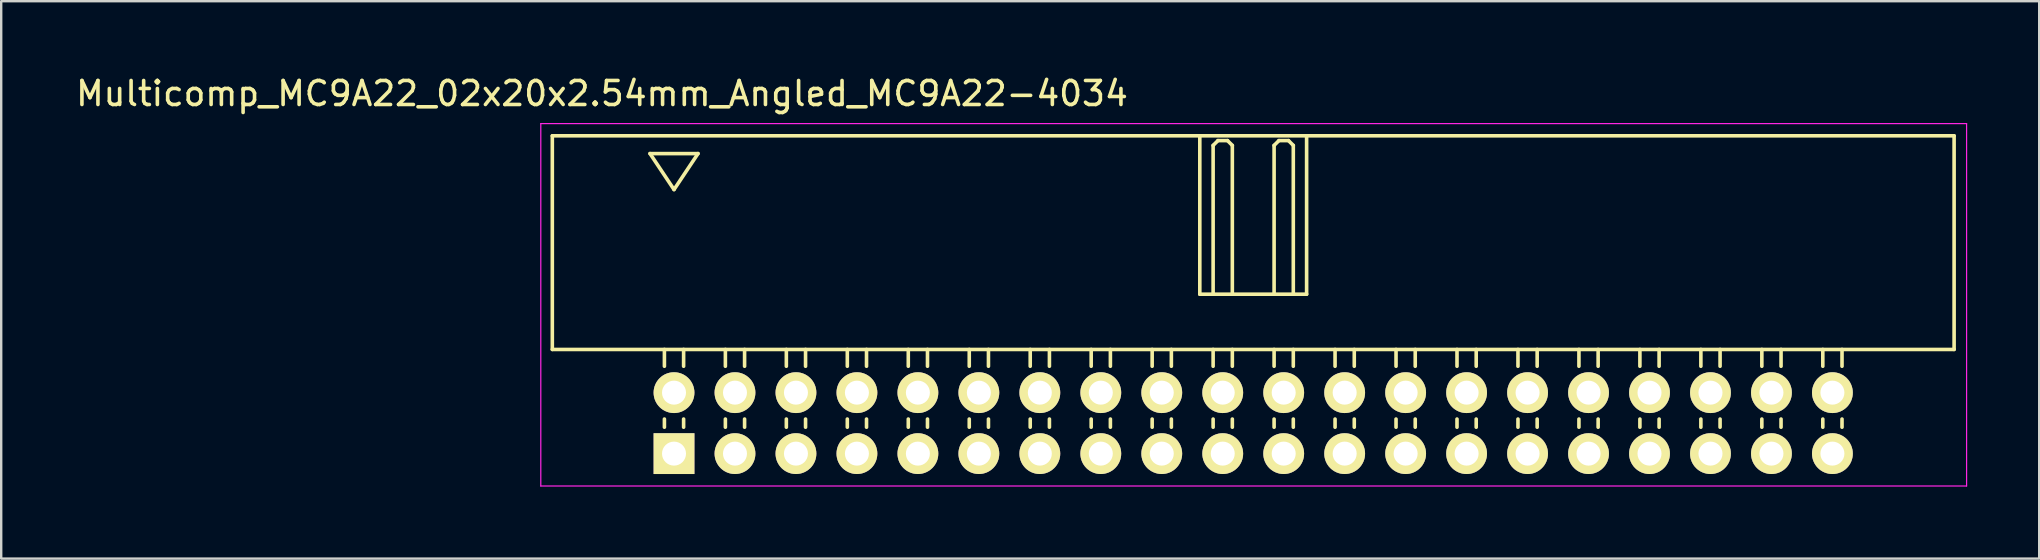
<source format=kicad_pcb>
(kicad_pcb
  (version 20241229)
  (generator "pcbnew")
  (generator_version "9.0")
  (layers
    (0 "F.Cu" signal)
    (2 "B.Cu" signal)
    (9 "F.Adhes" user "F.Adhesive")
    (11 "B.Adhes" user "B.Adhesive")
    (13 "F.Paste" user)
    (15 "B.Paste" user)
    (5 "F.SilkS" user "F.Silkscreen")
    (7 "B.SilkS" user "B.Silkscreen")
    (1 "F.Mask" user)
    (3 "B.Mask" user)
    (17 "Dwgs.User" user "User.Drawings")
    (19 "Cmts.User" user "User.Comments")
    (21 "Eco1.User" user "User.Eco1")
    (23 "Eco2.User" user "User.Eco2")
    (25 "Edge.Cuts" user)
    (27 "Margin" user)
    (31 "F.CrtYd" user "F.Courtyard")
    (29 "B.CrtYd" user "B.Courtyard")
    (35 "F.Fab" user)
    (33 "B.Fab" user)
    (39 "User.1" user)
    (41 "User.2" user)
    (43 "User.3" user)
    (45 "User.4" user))
  (footprint "Multicomp_MC9A22_02x20x2.54mm_Angled_MC9A22-4034"
    (layer "F.Cu")
    (at 25.03 15.848)
    (property "Reference" "Multicomp_MC9A22_02x20x2.54mm_Angled_MC9A22-4034" (at -3 -15 0) (layer "F.SilkS") (effects (font (size 1 1) (thickness 0.15))))
    (attr through_hole)
    (fp_line (start -5.07 -13.24) (end 53.33 -13.24) (stroke (width 0.15) (type solid)) (layer "F.SilkS"))
    (fp_line (start -5.07 -4.34) (end -5.07 -13.24) (stroke (width 0.15) (type solid)) (layer "F.SilkS"))
    (fp_line (start -1 -12.5) (end 1 -12.5) (stroke (width 0.15) (type solid)) (layer "F.SilkS"))
    (fp_line (start -0.4 -3.64) (end -0.4 -4.34) (stroke (width 0.15) (type solid)) (layer "F.SilkS"))
    (fp_line (start -0.4 -1.1) (end -0.4 -1.44) (stroke (width 0.15) (type solid)) (layer "F.SilkS"))
    (fp_line (start 0 -11) (end -1 -12.5) (stroke (width 0.15) (type solid)) (layer "F.SilkS"))
    (fp_line (start 0.4 -3.64) (end 0.4 -4.34) (stroke (width 0.15) (type solid)) (layer "F.SilkS"))
    (fp_line (start 0.4 -1.1) (end 0.4 -1.44) (stroke (width 0.15) (type solid)) (layer "F.SilkS"))
    (fp_line (start 1 -12.5) (end 0 -11) (stroke (width 0.15) (type solid)) (layer "F.SilkS"))
    (fp_line (start 2.14 -3.64) (end 2.14 -4.34) (stroke (width 0.15) (type solid)) (layer "F.SilkS"))
    (fp_line (start 2.14 -1.1) (end 2.14 -1.44) (stroke (width 0.15) (type solid)) (layer "F.SilkS"))
    (fp_line (start 2.94 -3.64) (end 2.94 -4.34) (stroke (width 0.15) (type solid)) (layer "F.SilkS"))
    (fp_line (start 2.94 -1.1) (end 2.94 -1.44) (stroke (width 0.15) (type solid)) (layer "F.SilkS"))
    (fp_line (start 4.68 -3.64) (end 4.68 -4.34) (stroke (width 0.15) (type solid)) (layer "F.SilkS"))
    (fp_line (start 4.68 -1.1) (end 4.68 -1.44) (stroke (width 0.15) (type solid)) (layer "F.SilkS"))
    (fp_line (start 5.48 -3.64) (end 5.48 -4.34) (stroke (width 0.15) (type solid)) (layer "F.SilkS"))
    (fp_line (start 5.48 -1.1) (end 5.48 -1.44) (stroke (width 0.15) (type solid)) (layer "F.SilkS"))
    (fp_line (start 7.22 -3.64) (end 7.22 -4.34) (stroke (width 0.15) (type solid)) (layer "F.SilkS"))
    (fp_line (start 7.22 -1.1) (end 7.22 -1.44) (stroke (width 0.15) (type solid)) (layer "F.SilkS"))
    (fp_line (start 8.02 -3.64) (end 8.02 -4.34) (stroke (width 0.15) (type solid)) (layer "F.SilkS"))
    (fp_line (start 8.02 -1.1) (end 8.02 -1.44) (stroke (width 0.15) (type solid)) (layer "F.SilkS"))
    (fp_line (start 9.76 -3.64) (end 9.76 -4.34) (stroke (width 0.15) (type solid)) (layer "F.SilkS"))
    (fp_line (start 9.76 -1.1) (end 9.76 -1.44) (stroke (width 0.15) (type solid)) (layer "F.SilkS"))
    (fp_line (start 10.56 -3.64) (end 10.56 -4.34) (stroke (width 0.15) (type solid)) (layer "F.SilkS"))
    (fp_line (start 10.56 -1.1) (end 10.56 -1.44) (stroke (width 0.15) (type solid)) (layer "F.SilkS"))
    (fp_line (start 12.3 -3.64) (end 12.3 -4.34) (stroke (width 0.15) (type solid)) (layer "F.SilkS"))
    (fp_line (start 12.3 -1.1) (end 12.3 -1.44) (stroke (width 0.15) (type solid)) (layer "F.SilkS"))
    (fp_line (start 13.1 -3.64) (end 13.1 -4.34) (stroke (width 0.15) (type solid)) (layer "F.SilkS"))
    (fp_line (start 13.1 -1.1) (end 13.1 -1.44) (stroke (width 0.15) (type solid)) (layer "F.SilkS"))
    (fp_line (start 14.84 -3.64) (end 14.84 -4.34) (stroke (width 0.15) (type solid)) (layer "F.SilkS"))
    (fp_line (start 14.84 -1.1) (end 14.84 -1.44) (stroke (width 0.15) (type solid)) (layer "F.SilkS"))
    (fp_line (start 15.64 -3.64) (end 15.64 -4.34) (stroke (width 0.15) (type solid)) (layer "F.SilkS"))
    (fp_line (start 15.64 -1.1) (end 15.64 -1.44) (stroke (width 0.15) (type solid)) (layer "F.SilkS"))
    (fp_line (start 17.38 -3.64) (end 17.38 -4.34) (stroke (width 0.15) (type solid)) (layer "F.SilkS"))
    (fp_line (start 17.38 -1.1) (end 17.38 -1.44) (stroke (width 0.15) (type solid)) (layer "F.SilkS"))
    (fp_line (start 18.18 -3.64) (end 18.18 -4.34) (stroke (width 0.15) (type solid)) (layer "F.SilkS"))
    (fp_line (start 18.18 -1.1) (end 18.18 -1.44) (stroke (width 0.15) (type solid)) (layer "F.SilkS"))
    (fp_line (start 19.92 -3.64) (end 19.92 -4.34) (stroke (width 0.15) (type solid)) (layer "F.SilkS"))
    (fp_line (start 19.92 -1.1) (end 19.92 -1.44) (stroke (width 0.15) (type solid)) (layer "F.SilkS"))
    (fp_line (start 20.72 -3.64) (end 20.72 -4.34) (stroke (width 0.15) (type solid)) (layer "F.SilkS"))
    (fp_line (start 20.72 -1.1) (end 20.72 -1.44) (stroke (width 0.15) (type solid)) (layer "F.SilkS"))
    (fp_line (start 21.905 -13.24) (end 21.905 -6.64) (stroke (width 0.15) (type solid)) (layer "F.SilkS"))
    (fp_line (start 21.905 -6.64) (end 26.355 -6.64) (stroke (width 0.15) (type solid)) (layer "F.SilkS"))
    (fp_line (start 22.46 -12.84) (end 22.66 -13.04) (stroke (width 0.15) (type solid)) (layer "F.SilkS"))
    (fp_line (start 22.46 -6.64) (end 22.46 -12.84) (stroke (width 0.15) (type solid)) (layer "F.SilkS"))
    (fp_line (start 22.46 -3.64) (end 22.46 -4.34) (stroke (width 0.15) (type solid)) (layer "F.SilkS"))
    (fp_line (start 22.46 -1.1) (end 22.46 -1.44) (stroke (width 0.15) (type solid)) (layer "F.SilkS"))
    (fp_line (start 22.66 -13.04) (end 23.06 -13.04) (stroke (width 0.15) (type solid)) (layer "F.SilkS"))
    (fp_line (start 23.06 -13.04) (end 23.26 -12.84) (stroke (width 0.15) (type solid)) (layer "F.SilkS"))
    (fp_line (start 23.26 -12.84) (end 23.26 -6.64) (stroke (width 0.15) (type solid)) (layer "F.SilkS"))
    (fp_line (start 23.26 -3.64) (end 23.26 -4.34) (stroke (width 0.15) (type solid)) (layer "F.SilkS"))
    (fp_line (start 23.26 -1.1) (end 23.26 -1.44) (stroke (width 0.15) (type solid)) (layer "F.SilkS"))
    (fp_line (start 25 -12.84) (end 25.2 -13.04) (stroke (width 0.15) (type solid)) (layer "F.SilkS"))
    (fp_line (start 25 -6.64) (end 25 -12.84) (stroke (width 0.15) (type solid)) (layer "F.SilkS"))
    (fp_line (start 25 -3.64) (end 25 -4.34) (stroke (width 0.15) (type solid)) (layer "F.SilkS"))
    (fp_line (start 25 -1.1) (end 25 -1.44) (stroke (width 0.15) (type solid)) (layer "F.SilkS"))
    (fp_line (start 25.2 -13.04) (end 25.6 -13.04) (stroke (width 0.15) (type solid)) (layer "F.SilkS"))
    (fp_line (start 25.6 -13.04) (end 25.8 -12.84) (stroke (width 0.15) (type solid)) (layer "F.SilkS"))
    (fp_line (start 25.8 -12.84) (end 25.8 -6.64) (stroke (width 0.15) (type solid)) (layer "F.SilkS"))
    (fp_line (start 25.8 -3.64) (end 25.8 -4.34) (stroke (width 0.15) (type solid)) (layer "F.SilkS"))
    (fp_line (start 25.8 -1.1) (end 25.8 -1.44) (stroke (width 0.15) (type solid)) (layer "F.SilkS"))
    (fp_line (start 26.355 -6.64) (end 26.355 -13.24) (stroke (width 0.15) (type solid)) (layer "F.SilkS"))
    (fp_line (start 27.54 -3.64) (end 27.54 -4.34) (stroke (width 0.15) (type solid)) (layer "F.SilkS"))
    (fp_line (start 27.54 -1.1) (end 27.54 -1.44) (stroke (width 0.15) (type solid)) (layer "F.SilkS"))
    (fp_line (start 28.34 -3.64) (end 28.34 -4.34) (stroke (width 0.15) (type solid)) (layer "F.SilkS"))
    (fp_line (start 28.34 -1.1) (end 28.34 -1.44) (stroke (width 0.15) (type solid)) (layer "F.SilkS"))
    (fp_line (start 30.08 -3.64) (end 30.08 -4.34) (stroke (width 0.15) (type solid)) (layer "F.SilkS"))
    (fp_line (start 30.08 -1.1) (end 30.08 -1.44) (stroke (width 0.15) (type solid)) (layer "F.SilkS"))
    (fp_line (start 30.88 -3.64) (end 30.88 -4.34) (stroke (width 0.15) (type solid)) (layer "F.SilkS"))
    (fp_line (start 30.88 -1.1) (end 30.88 -1.44) (stroke (width 0.15) (type solid)) (layer "F.SilkS"))
    (fp_line (start 32.62 -3.64) (end 32.62 -4.34) (stroke (width 0.15) (type solid)) (layer "F.SilkS"))
    (fp_line (start 32.62 -1.1) (end 32.62 -1.44) (stroke (width 0.15) (type solid)) (layer "F.SilkS"))
    (fp_line (start 33.42 -3.64) (end 33.42 -4.34) (stroke (width 0.15) (type solid)) (layer "F.SilkS"))
    (fp_line (start 33.42 -1.1) (end 33.42 -1.44) (stroke (width 0.15) (type solid)) (layer "F.SilkS"))
    (fp_line (start 35.16 -3.64) (end 35.16 -4.34) (stroke (width 0.15) (type solid)) (layer "F.SilkS"))
    (fp_line (start 35.16 -1.1) (end 35.16 -1.44) (stroke (width 0.15) (type solid)) (layer "F.SilkS"))
    (fp_line (start 35.96 -3.64) (end 35.96 -4.34) (stroke (width 0.15) (type solid)) (layer "F.SilkS"))
    (fp_line (start 35.96 -1.1) (end 35.96 -1.44) (stroke (width 0.15) (type solid)) (layer "F.SilkS"))
    (fp_line (start 37.7 -3.64) (end 37.7 -4.34) (stroke (width 0.15) (type solid)) (layer "F.SilkS"))
    (fp_line (start 37.7 -1.1) (end 37.7 -1.44) (stroke (width 0.15) (type solid)) (layer "F.SilkS"))
    (fp_line (start 38.5 -3.64) (end 38.5 -4.34) (stroke (width 0.15) (type solid)) (layer "F.SilkS"))
    (fp_line (start 38.5 -1.1) (end 38.5 -1.44) (stroke (width 0.15) (type solid)) (layer "F.SilkS"))
    (fp_line (start 40.24 -3.64) (end 40.24 -4.34) (stroke (width 0.15) (type solid)) (layer "F.SilkS"))
    (fp_line (start 40.24 -1.1) (end 40.24 -1.44) (stroke (width 0.15) (type solid)) (layer "F.SilkS"))
    (fp_line (start 41.04 -3.64) (end 41.04 -4.34) (stroke (width 0.15) (type solid)) (layer "F.SilkS"))
    (fp_line (start 41.04 -1.1) (end 41.04 -1.44) (stroke (width 0.15) (type solid)) (layer "F.SilkS"))
    (fp_line (start 42.78 -3.64) (end 42.78 -4.34) (stroke (width 0.15) (type solid)) (layer "F.SilkS"))
    (fp_line (start 42.78 -1.1) (end 42.78 -1.44) (stroke (width 0.15) (type solid)) (layer "F.SilkS"))
    (fp_line (start 43.58 -3.64) (end 43.58 -4.34) (stroke (width 0.15) (type solid)) (layer "F.SilkS"))
    (fp_line (start 43.58 -1.1) (end 43.58 -1.44) (stroke (width 0.15) (type solid)) (layer "F.SilkS"))
    (fp_line (start 45.32 -3.64) (end 45.32 -4.34) (stroke (width 0.15) (type solid)) (layer "F.SilkS"))
    (fp_line (start 45.32 -1.1) (end 45.32 -1.44) (stroke (width 0.15) (type solid)) (layer "F.SilkS"))
    (fp_line (start 46.12 -3.64) (end 46.12 -4.34) (stroke (width 0.15) (type solid)) (layer "F.SilkS"))
    (fp_line (start 46.12 -1.1) (end 46.12 -1.44) (stroke (width 0.15) (type solid)) (layer "F.SilkS"))
    (fp_line (start 47.86 -3.64) (end 47.86 -4.34) (stroke (width 0.15) (type solid)) (layer "F.SilkS"))
    (fp_line (start 47.86 -1.1) (end 47.86 -1.44) (stroke (width 0.15) (type solid)) (layer "F.SilkS"))
    (fp_line (start 48.66 -3.64) (end 48.66 -4.34) (stroke (width 0.15) (type solid)) (layer "F.SilkS"))
    (fp_line (start 48.66 -1.1) (end 48.66 -1.44) (stroke (width 0.15) (type solid)) (layer "F.SilkS"))
    (fp_line (start 53.33 -13.24) (end 53.33 -4.34) (stroke (width 0.15) (type solid)) (layer "F.SilkS"))
    (fp_line (start 53.33 -4.34) (end -5.07 -4.34) (stroke (width 0.15) (type solid)) (layer "F.SilkS"))
    (fp_line (start -5.55 -13.75) (end 53.85 -13.75) (stroke (width 0.05) (type solid)) (layer "F.CrtYd"))
    (fp_line (start -5.55 1.35) (end -5.55 -13.75) (stroke (width 0.05) (type solid)) (layer "F.CrtYd"))
    (fp_line (start 53.85 -13.75) (end 53.85 1.35) (stroke (width 0.05) (type solid)) (layer "F.CrtYd"))
    (fp_line (start 53.85 1.35) (end -5.55 1.35) (stroke (width 0.05) (type solid)) (layer "F.CrtYd"))
    (pad "1" thru_hole rect (at 0 0) (size 1.7 1.7) (drill 1) (layers "*.Cu" "*.Mask" "F.SilkS"))
    (pad "2" thru_hole circle (at 0 -2.54) (size 1.7 1.7) (drill 1) (layers "*.Cu" "*.Mask" "F.SilkS"))
    (pad "3" thru_hole circle (at 2.54 0) (size 1.7 1.7) (drill 1) (layers "*.Cu" "*.Mask" "F.SilkS"))
    (pad "4" thru_hole circle (at 2.54 -2.54) (size 1.7 1.7) (drill 1) (layers "*.Cu" "*.Mask" "F.SilkS"))
    (pad "5" thru_hole circle (at 5.08 0) (size 1.7 1.7) (drill 1) (layers "*.Cu" "*.Mask" "F.SilkS"))
    (pad "6" thru_hole circle (at 5.08 -2.54) (size 1.7 1.7) (drill 1) (layers "*.Cu" "*.Mask" "F.SilkS"))
    (pad "7" thru_hole circle (at 7.62 0) (size 1.7 1.7) (drill 1) (layers "*.Cu" "*.Mask" "F.SilkS"))
    (pad "8" thru_hole circle (at 7.62 -2.54) (size 1.7 1.7) (drill 1) (layers "*.Cu" "*.Mask" "F.SilkS"))
    (pad "9" thru_hole circle (at 10.16 0) (size 1.7 1.7) (drill 1) (layers "*.Cu" "*.Mask" "F.SilkS"))
    (pad "10" thru_hole circle (at 10.16 -2.54) (size 1.7 1.7) (drill 1) (layers "*.Cu" "*.Mask" "F.SilkS"))
    (pad "11" thru_hole circle (at 12.7 0) (size 1.7 1.7) (drill 1) (layers "*.Cu" "*.Mask" "F.SilkS"))
    (pad "12" thru_hole circle (at 12.7 -2.54) (size 1.7 1.7) (drill 1) (layers "*.Cu" "*.Mask" "F.SilkS"))
    (pad "13" thru_hole circle (at 15.24 0) (size 1.7 1.7) (drill 1) (layers "*.Cu" "*.Mask" "F.SilkS"))
    (pad "14" thru_hole circle (at 15.24 -2.54) (size 1.7 1.7) (drill 1) (layers "*.Cu" "*.Mask" "F.SilkS"))
    (pad "15" thru_hole circle (at 17.78 0) (size 1.7 1.7) (drill 1) (layers "*.Cu" "*.Mask" "F.SilkS"))
    (pad "16" thru_hole circle (at 17.78 -2.54) (size 1.7 1.7) (drill 1) (layers "*.Cu" "*.Mask" "F.SilkS"))
    (pad "17" thru_hole circle (at 20.32 0) (size 1.7 1.7) (drill 1) (layers "*.Cu" "*.Mask" "F.SilkS"))
    (pad "18" thru_hole circle (at 20.32 -2.54) (size 1.7 1.7) (drill 1) (layers "*.Cu" "*.Mask" "F.SilkS"))
    (pad "19" thru_hole circle (at 22.86 0) (size 1.7 1.7) (drill 1) (layers "*.Cu" "*.Mask" "F.SilkS"))
    (pad "20" thru_hole circle (at 22.86 -2.54) (size 1.7 1.7) (drill 1) (layers "*.Cu" "*.Mask" "F.SilkS"))
    (pad "21" thru_hole circle (at 25.4 0) (size 1.7 1.7) (drill 1) (layers "*.Cu" "*.Mask" "F.SilkS"))
    (pad "22" thru_hole circle (at 25.4 -2.54) (size 1.7 1.7) (drill 1) (layers "*.Cu" "*.Mask" "F.SilkS"))
    (pad "23" thru_hole circle (at 27.94 0) (size 1.7 1.7) (drill 1) (layers "*.Cu" "*.Mask" "F.SilkS"))
    (pad "24" thru_hole circle (at 27.94 -2.54) (size 1.7 1.7) (drill 1) (layers "*.Cu" "*.Mask" "F.SilkS"))
    (pad "25" thru_hole circle (at 30.48 0) (size 1.7 1.7) (drill 1) (layers "*.Cu" "*.Mask" "F.SilkS"))
    (pad "26" thru_hole circle (at 30.48 -2.54) (size 1.7 1.7) (drill 1) (layers "*.Cu" "*.Mask" "F.SilkS"))
    (pad "27" thru_hole circle (at 33.02 0) (size 1.7 1.7) (drill 1) (layers "*.Cu" "*.Mask" "F.SilkS"))
    (pad "28" thru_hole circle (at 33.02 -2.54) (size 1.7 1.7) (drill 1) (layers "*.Cu" "*.Mask" "F.SilkS"))
    (pad "29" thru_hole circle (at 35.56 0) (size 1.7 1.7) (drill 1) (layers "*.Cu" "*.Mask" "F.SilkS"))
    (pad "30" thru_hole circle (at 35.56 -2.54) (size 1.7 1.7) (drill 1) (layers "*.Cu" "*.Mask" "F.SilkS"))
    (pad "31" thru_hole circle (at 38.1 0) (size 1.7 1.7) (drill 1) (layers "*.Cu" "*.Mask" "F.SilkS"))
    (pad "32" thru_hole circle (at 38.1 -2.54) (size 1.7 1.7) (drill 1) (layers "*.Cu" "*.Mask" "F.SilkS"))
    (pad "33" thru_hole circle (at 40.64 0) (size 1.7 1.7) (drill 1) (layers "*.Cu" "*.Mask" "F.SilkS"))
    (pad "34" thru_hole circle (at 40.64 -2.54) (size 1.7 1.7) (drill 1) (layers "*.Cu" "*.Mask" "F.SilkS"))
    (pad "35" thru_hole circle (at 43.18 0) (size 1.7 1.7) (drill 1) (layers "*.Cu" "*.Mask" "F.SilkS"))
    (pad "36" thru_hole circle (at 43.18 -2.54) (size 1.7 1.7) (drill 1) (layers "*.Cu" "*.Mask" "F.SilkS"))
    (pad "37" thru_hole circle (at 45.72 0) (size 1.7 1.7) (drill 1) (layers "*.Cu" "*.Mask" "F.SilkS"))
    (pad "38" thru_hole circle (at 45.72 -2.54) (size 1.7 1.7) (drill 1) (layers "*.Cu" "*.Mask" "F.SilkS"))
    (pad "39" thru_hole circle (at 48.26 0) (size 1.7 1.7) (drill 1) (layers "*.Cu" "*.Mask" "F.SilkS"))
    (pad "40" thru_hole circle (at 48.26 -2.54) (size 1.7 1.7) (drill 1) (layers "*.Cu" "*.Mask" "F.SilkS")))
  (gr_rect
    (start -3 -3)
    (end 81.905 20.223)
    (stroke (width 0.1) (type default))
    (fill no)
    (layer "Edge.Cuts")))
</source>
